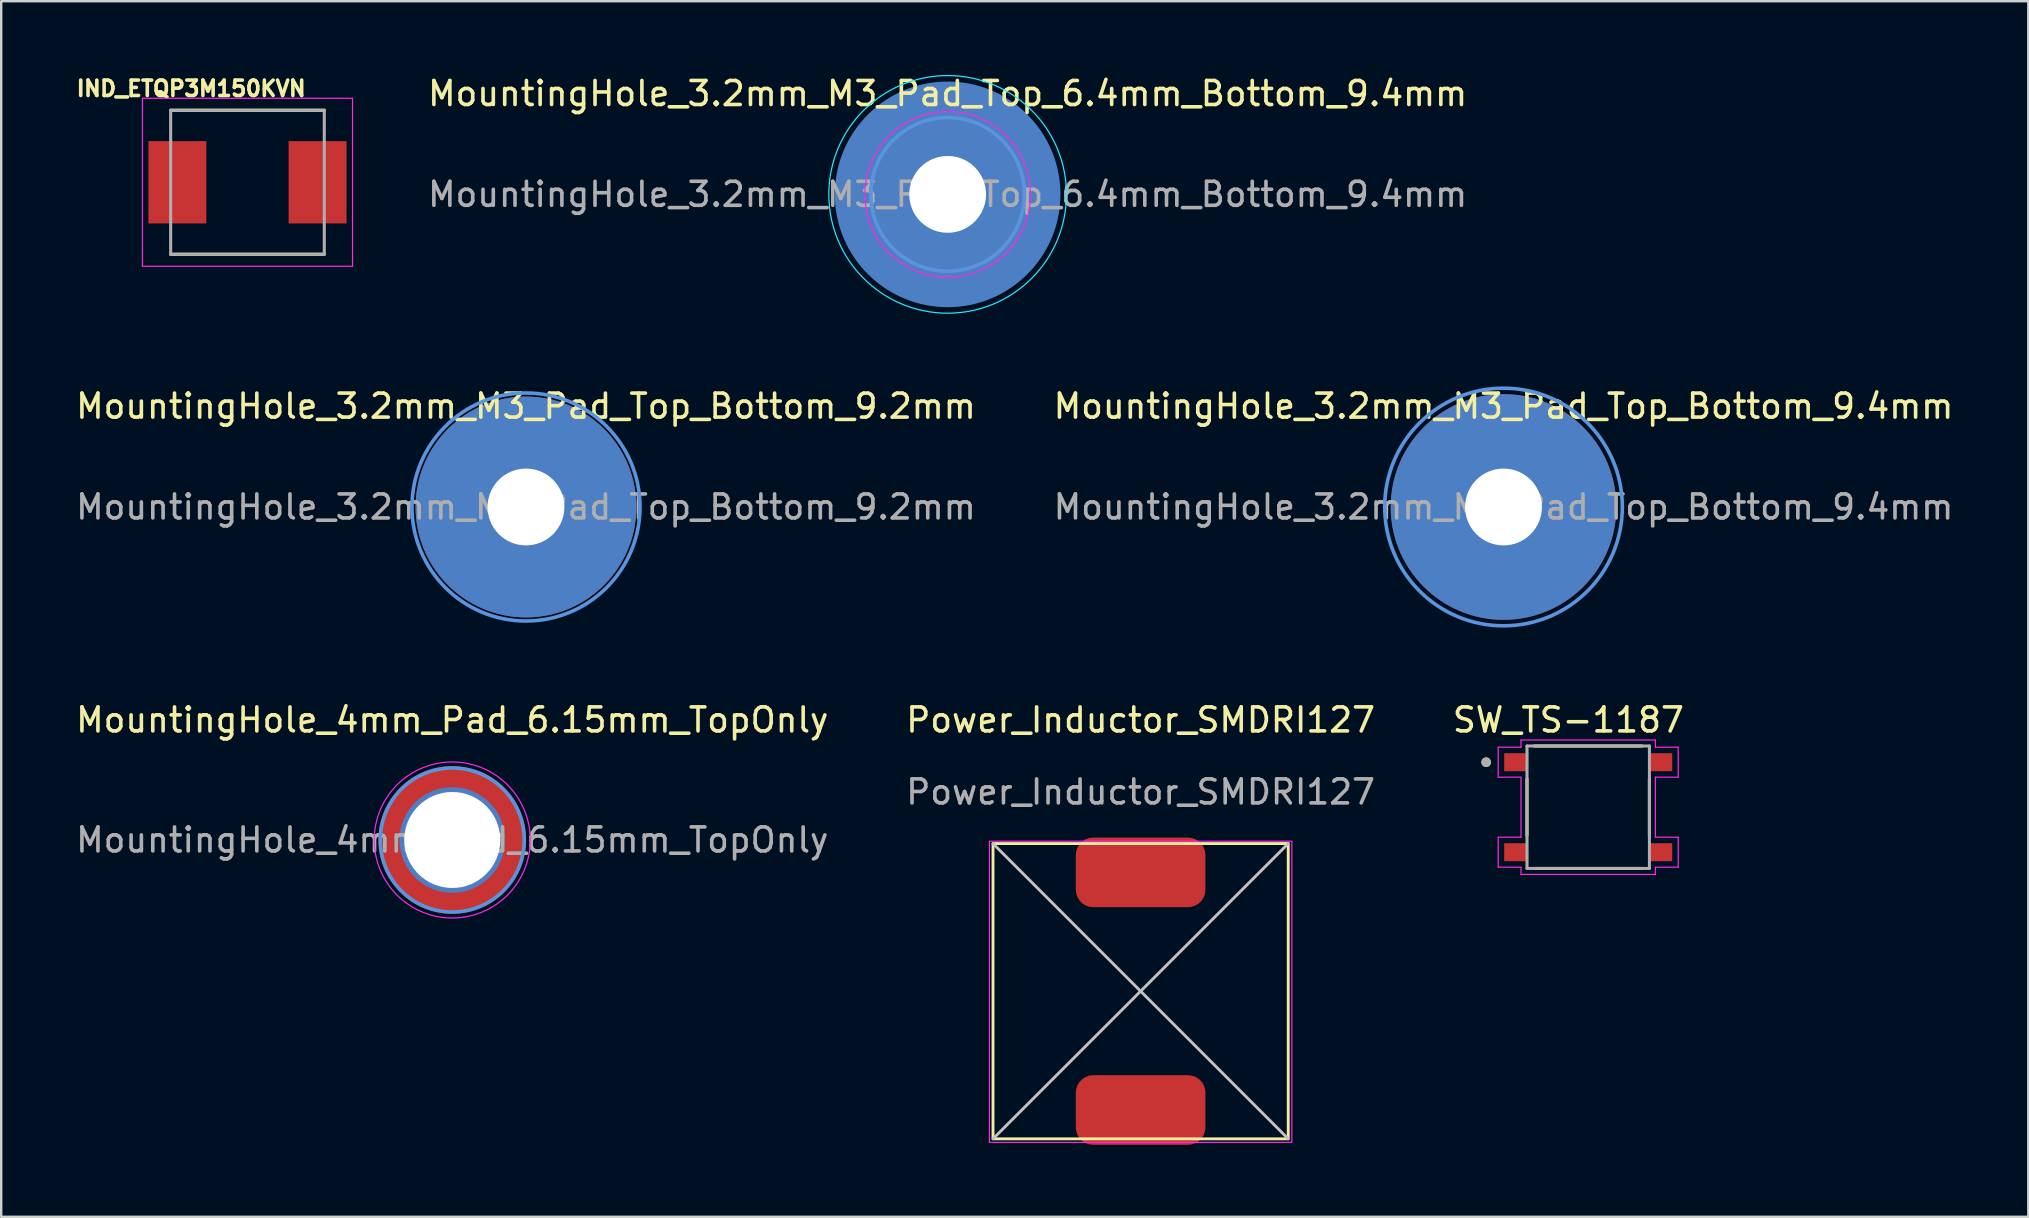
<source format=kicad_pcb>
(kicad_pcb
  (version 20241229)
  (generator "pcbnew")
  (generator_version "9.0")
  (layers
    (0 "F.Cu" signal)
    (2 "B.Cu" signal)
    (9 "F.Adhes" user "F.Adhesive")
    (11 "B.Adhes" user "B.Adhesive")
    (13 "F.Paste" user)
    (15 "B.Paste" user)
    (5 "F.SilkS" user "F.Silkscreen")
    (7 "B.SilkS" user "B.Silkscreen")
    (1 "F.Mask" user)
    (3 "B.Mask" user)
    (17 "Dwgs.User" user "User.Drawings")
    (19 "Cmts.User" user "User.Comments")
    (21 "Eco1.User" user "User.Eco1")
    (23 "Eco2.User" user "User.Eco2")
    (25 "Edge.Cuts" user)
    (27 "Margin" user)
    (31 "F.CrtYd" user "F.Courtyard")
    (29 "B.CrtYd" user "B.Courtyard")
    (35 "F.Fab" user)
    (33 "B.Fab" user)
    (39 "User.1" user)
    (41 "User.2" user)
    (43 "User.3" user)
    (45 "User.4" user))
  (footprint "MountingHole_3.2mm_M3_Pad_Top_Bottom_9.2mm"
    (layer "F.Cu")
    (at 18.863 18.072)
    (property "Reference" "MountingHole_3.2mm_M3_Pad_Top_Bottom_9.2mm" (at 0 -4.2 0) (layer "F.SilkS") (effects (font (size 1 1) (thickness 0.15))))
    (attr exclude_from_pos_files exclude_from_bom)
    (fp_circle (center 0 0) (end 4.75 0) (stroke (width 0.15) (type solid)) (fill no) (layer "Cmts.User"))
    (fp_circle (center 0 0) (end 0 -4.75) (stroke (width 0.05) (type default)) (fill no) (layer "B.CrtYd"))
    (fp_circle (center 0 0) (end 4.75 0) (stroke (width 0.05) (type solid)) (fill no) (layer "F.CrtYd"))
    (fp_text user "${REFERENCE}" (at 0 0 0) (layer "F.Fab") (effects (font (size 1 1) (thickness 0.15))))
    (pad "1" thru_hole circle (at 0 0) (size 3.6 3.6) (drill 3.2) (layers "*.Cu" "*.Mask"))
    (pad "1" connect circle (at 0 0) (size 9.2 9.2) (layers "F.Cu" "F.Mask"))
    (pad "1" connect circle (at 0 0 90) (size 9.2 9.2) (layers "B.Cu" "B.Mask")))
  (footprint "MountingHole_3.2mm_M3_Pad_Top_6.4mm_Bottom_9.4mm"
    (layer "F.Cu")
    (at 36.43 5.048)
    (property "Reference" "MountingHole_3.2mm_M3_Pad_Top_6.4mm_Bottom_9.4mm" (at 0 -4.2 0) (layer "F.SilkS") (effects (font (size 1 1) (thickness 0.15))))
    (attr exclude_from_pos_files exclude_from_bom)
    (fp_circle (center 0 0) (end 3.2 0) (stroke (width 0.15) (type solid)) (fill no) (layer "Cmts.User"))
    (fp_circle (center 0 0) (end 4.95 0) (stroke (width 0.05) (type default)) (fill no) (layer "B.CrtYd"))
    (fp_circle (center 0 0) (end 3.45 0) (stroke (width 0.05) (type solid)) (fill no) (layer "F.CrtYd"))
    (fp_text user "${REFERENCE}" (at 0 0 0) (layer "F.Fab") (effects (font (size 1 1) (thickness 0.15))))
    (pad "1" thru_hole circle (at 0 0) (size 3.6 3.6) (drill 3.2) (layers "*.Cu" "*.Mask"))
    (pad "1" connect circle (at 0 0) (size 6.4 6.4) (layers "F.Cu" "F.Mask"))
    (pad "1" connect circle (at 0 0) (size 9.4 9.4) (layers "B.Cu" "B.Mask")))
  (footprint "SW_TS-1187"
    (layer "F.Cu")
    (at 63.117 30.58)
    (property "Reference" "SW_TS-1187" (at -0.825 -3.635 0) (layer "F.SilkS") (effects (font (size 1 1) (thickness 0.15))))
    (attr smd)
    (fp_line (start -2.55 -1.18) (end -2.55 1.18) (stroke (width 0.127) (type solid)) (layer "F.SilkS"))
    (fp_line (start 2.25 -2.55) (end -2.25 -2.55) (stroke (width 0.127) (type solid)) (layer "F.SilkS"))
    (fp_line (start 2.25 2.55) (end -2.25 2.55) (stroke (width 0.127) (type solid)) (layer "F.SilkS"))
    (fp_line (start 2.55 1.18) (end 2.55 -1.18) (stroke (width 0.127) (type solid)) (layer "F.SilkS"))
    (fp_circle (center -4.25 -1.875) (end -4.15 -1.875) (stroke (width 0.2) (type solid)) (fill no) (layer "F.SilkS"))
    (fp_line (start -3.75 -2.5) (end -3.75 -1.25) (stroke (width 0.05) (type solid)) (layer "F.CrtYd"))
    (fp_line (start -3.75 -2.5) (end -2.8 -2.5) (stroke (width 0.05) (type solid)) (layer "F.CrtYd"))
    (fp_line (start -3.75 -1.25) (end -2.8 -1.25) (stroke (width 0.05) (type solid)) (layer "F.CrtYd"))
    (fp_line (start -3.75 1.25) (end -2.8 1.25) (stroke (width 0.05) (type solid)) (layer "F.CrtYd"))
    (fp_line (start -3.75 2.5) (end -3.75 1.25) (stroke (width 0.05) (type solid)) (layer "F.CrtYd"))
    (fp_line (start -3.75 2.5) (end -2.8 2.5) (stroke (width 0.05) (type solid)) (layer "F.CrtYd"))
    (fp_line (start -2.8 -2.8) (end -2.8 -2.5) (stroke (width 0.05) (type solid)) (layer "F.CrtYd"))
    (fp_line (start -2.8 -1.25) (end -2.8 1.25) (stroke (width 0.05) (type solid)) (layer "F.CrtYd"))
    (fp_line (start -2.8 2.8) (end -2.8 2.5) (stroke (width 0.05) (type solid)) (layer "F.CrtYd"))
    (fp_line (start -2.8 2.8) (end 2.8 2.8) (stroke (width 0.05) (type solid)) (layer "F.CrtYd"))
    (fp_line (start 2.8 -2.8) (end -2.8 -2.8) (stroke (width 0.05) (type solid)) (layer "F.CrtYd"))
    (fp_line (start 2.8 -2.8) (end 2.8 -2.5) (stroke (width 0.05) (type solid)) (layer "F.CrtYd"))
    (fp_line (start 2.8 -1.25) (end 2.8 1.25) (stroke (width 0.05) (type solid)) (layer "F.CrtYd"))
    (fp_line (start 2.8 2.8) (end 2.8 2.5) (stroke (width 0.05) (type solid)) (layer "F.CrtYd"))
    (fp_line (start 3.75 -2.5) (end 2.8 -2.5) (stroke (width 0.05) (type solid)) (layer "F.CrtYd"))
    (fp_line (start 3.75 -2.5) (end 3.75 -1.25) (stroke (width 0.05) (type solid)) (layer "F.CrtYd"))
    (fp_line (start 3.75 -1.25) (end 2.8 -1.25) (stroke (width 0.05) (type solid)) (layer "F.CrtYd"))
    (fp_line (start 3.75 1.25) (end 2.8 1.25) (stroke (width 0.05) (type solid)) (layer "F.CrtYd"))
    (fp_line (start 3.75 2.5) (end 2.8 2.5) (stroke (width 0.05) (type solid)) (layer "F.CrtYd"))
    (fp_line (start 3.75 2.5) (end 3.75 1.25) (stroke (width 0.05) (type solid)) (layer "F.CrtYd"))
    (fp_line (start -2.55 -2.55) (end -2.55 2.55) (stroke (width 0.127) (type solid)) (layer "F.Fab"))
    (fp_line (start -2.55 2.55) (end 2.55 2.55) (stroke (width 0.127) (type solid)) (layer "F.Fab"))
    (fp_line (start 2.55 -2.55) (end -2.55 -2.55) (stroke (width 0.127) (type solid)) (layer "F.Fab"))
    (fp_line (start 2.55 2.55) (end 2.55 -2.55) (stroke (width 0.127) (type solid)) (layer "F.Fab"))
    (fp_circle (center -4.25 -1.875) (end -4.15 -1.875) (stroke (width 0.2) (type solid)) (fill no) (layer "F.Fab"))
    (pad "1" smd rect (at -3 -1.875) (size 1 0.75) (layers "F.Cu" "F.Mask" "F.Paste"))
    (pad "1" smd rect (at 3 -1.875) (size 1 0.75) (layers "F.Cu" "F.Mask" "F.Paste"))
    (pad "2" smd rect (at -3 1.875) (size 1 0.75) (layers "F.Cu" "F.Mask" "F.Paste"))
    (pad "2" smd rect (at 3 1.875) (size 1 0.75) (layers "F.Cu" "F.Mask" "F.Paste")))
  (footprint "Power_Inductor_SMDRI127"
    (layer "F.Cu")
    (at 44.47 38.245)
    (property "Reference" "Power_Inductor_SMDRI127" (at 0 -11.3 0) (unlocked yes) (layer "F.SilkS") (effects (font (size 1 1) (thickness 0.15))))
    (attr smd)
    (fp_rect (start -6.15 -6.15) (end 6.15 6.15) (stroke (width 0.12) (type default)) (fill no) (layer "F.SilkS"))
    (fp_line (start -6.15 -6.15) (end 6.15 6.15) (stroke (width 0.12) (type default)) (layer "Dwgs.User"))
    (fp_line (start -6.15 6.15) (end 6.15 -6.15) (stroke (width 0.12) (type default)) (layer "Dwgs.User"))
    (fp_rect (start -6.3 -6.25) (end 6.3 6.3) (stroke (width 0.05) (type default)) (fill no) (layer "F.CrtYd"))
    (fp_text user "${REFERENCE}" (at 0 -8.3 0) (unlocked yes) (layer "F.Fab") (effects (font (size 1 1) (thickness 0.15))))
    (pad "1" smd roundrect (at 0 -4.95) (size 5.4 2.9) (layers "F.Cu" "F.Mask" "F.Paste") (roundrect_rratio 0.25))
    (pad "2" smd roundrect (at 0 4.95) (size 5.4 2.9) (layers "F.Cu" "F.Mask" "F.Paste") (roundrect_rratio 0.25)))
  (footprint "MountingHole_3.2mm_M3_Pad_Top_Bottom_9.4mm"
    (layer "F.Cu")
    (at 59.589 18.072)
    (property "Reference" "MountingHole_3.2mm_M3_Pad_Top_Bottom_9.4mm" (at 0 -4.2 0) (layer "F.SilkS") (effects (font (size 1 1) (thickness 0.15))))
    (attr exclude_from_pos_files exclude_from_bom)
    (fp_circle (center 0 0) (end 4.95 0) (stroke (width 0.15) (type solid)) (fill no) (layer "Cmts.User"))
    (fp_circle (center 0 0) (end 4.95 0) (stroke (width 0.05) (type default)) (fill no) (layer "B.CrtYd"))
    (fp_circle (center 0 0) (end 4.95 0) (stroke (width 0.05) (type solid)) (fill no) (layer "F.CrtYd"))
    (fp_text user "${REFERENCE}" (at 0 0 0) (layer "F.Fab") (effects (font (size 1 1) (thickness 0.15))))
    (pad "1" thru_hole circle (at 0 0) (size 3.6 3.6) (drill 3.2) (layers "*.Cu" "*.Mask"))
    (pad "1" connect circle (at 0 0) (size 9.4 9.4) (layers "F.Cu" "F.Mask"))
    (pad "1" connect circle (at 0 0) (size 9.4 9.4) (layers "B.Cu" "B.Mask")))
  (footprint "MountingHole_4mm_Pad_6.15mm_TopOnly"
    (layer "F.Cu")
    (at 15.792 31.945)
    (property "Reference" "MountingHole_4mm_Pad_6.15mm_TopOnly" (at 0 -5 0) (layer "F.SilkS") (effects (font (size 1 1) (thickness 0.15))))
    (attr exclude_from_pos_files exclude_from_bom)
    (fp_circle (center 0 0) (end 3 0) (stroke (width 0.15) (type solid)) (fill no) (layer "Cmts.User"))
    (fp_circle (center 0 0) (end 3.25 0) (stroke (width 0.05) (type solid)) (fill no) (layer "F.CrtYd"))
    (fp_text user "${REFERENCE}" (at 0 0 0) (layer "F.Fab") (effects (font (size 1 1) (thickness 0.15))))
    (pad "1" thru_hole circle (at 0 0) (size 4.4 4.4) (drill 4) (layers "*.Cu" "*.Mask"))
    (pad "1" connect circle (at 0 0) (size 6.15 6.15) (layers "F.Cu" "F.Mask")))
  (footprint "IND_ETQP3M150KVN"
    (layer "F.Cu")
    (at 7.26 4.544)
    (property "Reference" "IND_ETQP3M150KVN" (at -2.345 -3.906 0) (layer "F.SilkS") (effects (font (size 0.64 0.64) (thickness 0.15))))
    (attr smd)
    (fp_line (start -3.2 -3) (end 3.2 -3) (stroke (width 0.127) (type solid)) (layer "F.SilkS"))
    (fp_line (start -3.2 3) (end 3.2 3) (stroke (width 0.127) (type solid)) (layer "F.SilkS"))
    (fp_line (start -4.377 -3.5) (end -4.377 3.5) (stroke (width 0.05) (type solid)) (layer "F.CrtYd"))
    (fp_line (start -4.377 3.5) (end 4.377 3.5) (stroke (width 0.05) (type solid)) (layer "F.CrtYd"))
    (fp_line (start 4.377 -3.5) (end -4.377 -3.5) (stroke (width 0.05) (type solid)) (layer "F.CrtYd"))
    (fp_line (start 4.377 3.5) (end 4.377 -3.5) (stroke (width 0.05) (type solid)) (layer "F.CrtYd"))
    (fp_line (start -3.2 -3) (end -3.2 3) (stroke (width 0.127) (type solid)) (layer "F.Fab"))
    (fp_line (start -3.2 -3) (end 3.2 -3) (stroke (width 0.127) (type solid)) (layer "F.Fab"))
    (fp_line (start -3.2 3) (end 3.2 3) (stroke (width 0.127) (type solid)) (layer "F.Fab"))
    (fp_line (start 3.2 -3) (end 3.2 3) (stroke (width 0.127) (type solid)) (layer "F.Fab"))
    (pad "1" smd rect (at -2.921 0) (size 2.413 3.429) (layers "F.Cu" "F.Mask" "F.Paste"))
    (pad "2" smd rect (at 2.921 0) (size 2.413 3.429) (layers "F.Cu" "F.Mask" "F.Paste"))
    (zone (net_name "") (layer "F.Cu") (hatch full 0.508) (connect_pads) (min_thickness 0.01) (filled_areas_thickness no) (keepout (tracks not_allowed) (vias not_allowed) (pads not_allowed) (copperpour not_allowed) (footprints allowed)) (placement (enabled no)) (fill) (polygon (pts (xy 3.56 1.044) (xy 3.56 2.83) (xy 5.546 2.83) (xy 5.546 6.259) (xy 3.56 6.259) (xy 3.56 8.044) (xy 10.96 8.044) (xy 10.96 6.259) (xy 8.975 6.259) (xy 8.975 2.83) (xy 10.96 2.83) (xy 10.96 1.044))))
    (zone (net_name "") (layers "F.Cu" "B.Cu") (hatch full 0.508) (connect_pads) (min_thickness 0.01) (filled_areas_thickness no) (keepout (tracks allowed) (vias not_allowed) (pads allowed) (copperpour allowed) (footprints allowed)) (placement (enabled no)) (fill) (polygon (pts (xy 3.56 1.044) (xy 3.56 2.83) (xy 5.546 2.83) (xy 5.546 6.259) (xy 3.56 6.259) (xy 3.56 8.044) (xy 10.96 8.044) (xy 10.96 6.259) (xy 8.975 6.259) (xy 8.975 2.83) (xy 10.96 2.83) (xy 10.96 1.044)))))
  (gr_rect
    (start -3 -3)
    (end 81.452 47.645)
    (stroke (width 0.1) (type default))
    (fill no)
    (layer "Edge.Cuts")))
</source>
